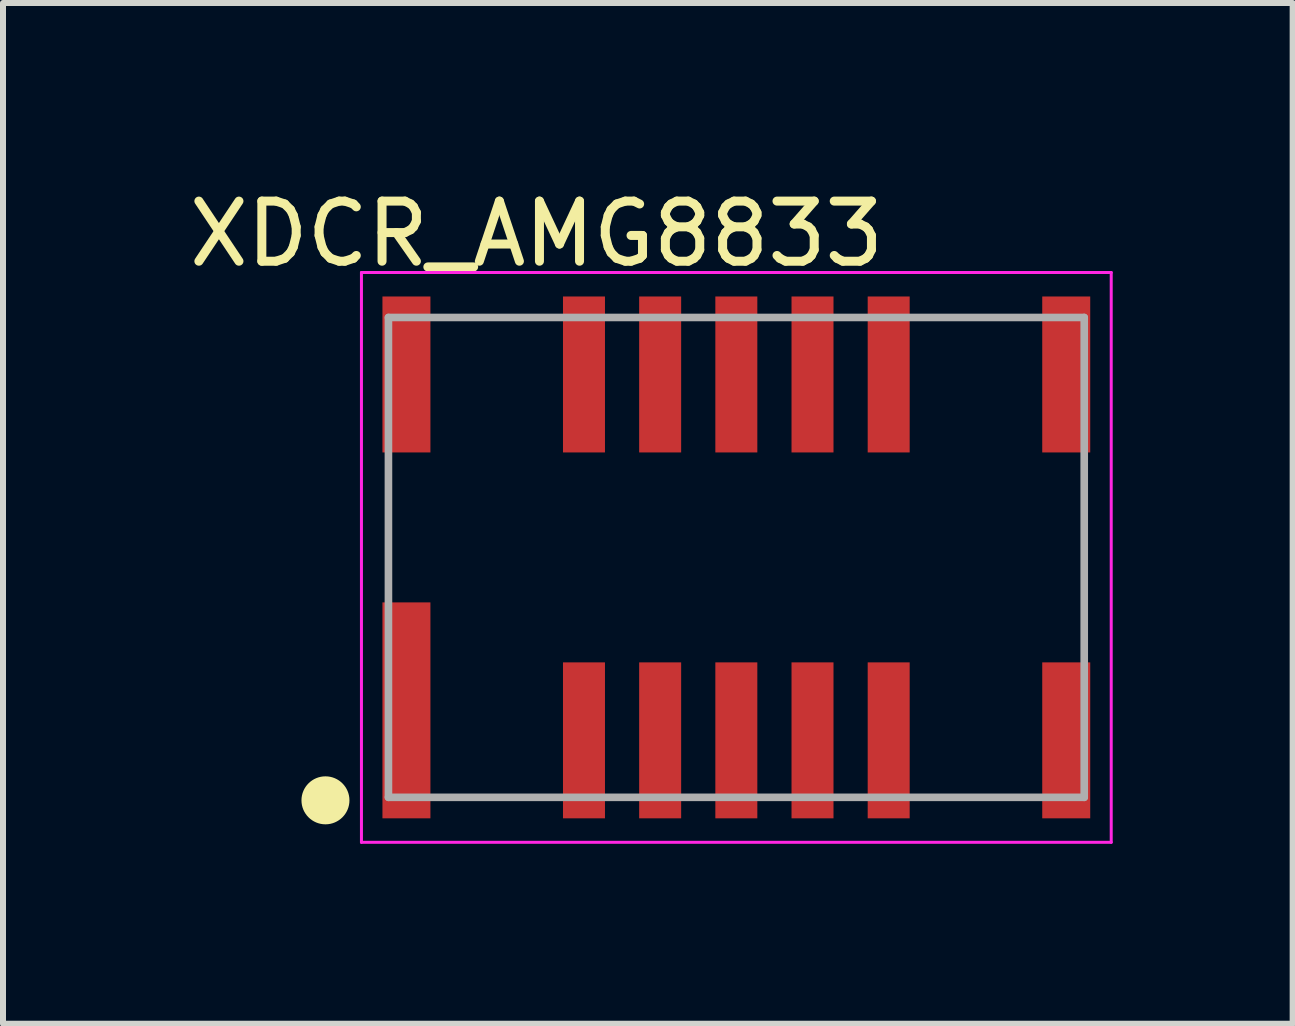
<source format=kicad_pcb>
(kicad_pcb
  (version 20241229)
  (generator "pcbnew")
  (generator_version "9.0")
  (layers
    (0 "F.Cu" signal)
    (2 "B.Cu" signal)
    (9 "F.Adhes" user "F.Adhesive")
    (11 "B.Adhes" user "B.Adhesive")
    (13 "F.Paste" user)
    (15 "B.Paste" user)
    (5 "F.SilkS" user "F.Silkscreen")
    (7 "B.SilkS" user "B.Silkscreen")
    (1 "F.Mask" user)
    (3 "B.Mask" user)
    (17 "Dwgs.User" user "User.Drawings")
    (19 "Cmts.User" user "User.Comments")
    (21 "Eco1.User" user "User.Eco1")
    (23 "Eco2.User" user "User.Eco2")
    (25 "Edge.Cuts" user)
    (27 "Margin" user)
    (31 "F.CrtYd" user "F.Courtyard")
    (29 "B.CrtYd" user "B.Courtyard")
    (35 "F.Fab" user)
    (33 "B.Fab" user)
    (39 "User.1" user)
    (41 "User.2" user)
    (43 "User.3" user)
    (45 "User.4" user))
  (footprint "XDCR_AMG8833"
    (layer "F.Cu")
    (at 9.226 6.243)
    (property "Reference" "XDCR_AMG8833" (at -3.33 -5.394 0) (layer "F.SilkS") (effects (font (size 1.002 1.002) (thickness 0.15))))
    (attr smd)
    (fp_circle (center -6.85 4.05) (end -6.45 4.05) (stroke (width 0) (type solid)) (fill yes) (layer "F.SilkS"))
    (fp_line (start -6.25 -4.75) (end -6.25 4.75) (stroke (width 0.05) (type solid)) (layer "F.CrtYd"))
    (fp_line (start -6.25 4.75) (end 6.25 4.75) (stroke (width 0.05) (type solid)) (layer "F.CrtYd"))
    (fp_line (start 6.25 -4.75) (end -6.25 -4.75) (stroke (width 0.05) (type solid)) (layer "F.CrtYd"))
    (fp_line (start 6.25 4.75) (end 6.25 -4.75) (stroke (width 0.05) (type solid)) (layer "F.CrtYd"))
    (fp_line (start -5.8 -4) (end -5.8 4) (stroke (width 0.127) (type solid)) (layer "F.Fab"))
    (fp_line (start -5.8 4) (end 5.8 4) (stroke (width 0.127) (type solid)) (layer "F.Fab"))
    (fp_line (start 5.8 -4) (end -5.8 -4) (stroke (width 0.127) (type solid)) (layer "F.Fab"))
    (fp_line (start 5.8 4) (end 5.8 -4) (stroke (width 0.127) (type solid)) (layer "F.Fab"))
    (pad "1" smd rect (at -5.5 2.55 180) (size 0.8 3.6) (layers "F.Cu" "F.Mask" "F.Paste"))
    (pad "2" smd rect (at -2.54 3.05 180) (size 0.7 2.6) (layers "F.Cu" "F.Mask" "F.Paste"))
    (pad "3" smd rect (at -1.27 3.05 180) (size 0.7 2.6) (layers "F.Cu" "F.Mask" "F.Paste"))
    (pad "4" smd rect (at 0 3.05 180) (size 0.7 2.6) (layers "F.Cu" "F.Mask" "F.Paste"))
    (pad "5" smd rect (at 1.27 3.05 180) (size 0.7 2.6) (layers "F.Cu" "F.Mask" "F.Paste"))
    (pad "6" smd rect (at 2.54 3.05 180) (size 0.7 2.6) (layers "F.Cu" "F.Mask" "F.Paste"))
    (pad "7" smd rect (at 5.5 3.05 180) (size 0.8 2.6) (layers "F.Cu" "F.Mask" "F.Paste"))
    (pad "8" smd rect (at 5.5 -3.05 180) (size 0.8 2.6) (layers "F.Cu" "F.Mask" "F.Paste"))
    (pad "9" smd rect (at 2.54 -3.05 180) (size 0.7 2.6) (layers "F.Cu" "F.Mask" "F.Paste"))
    (pad "10" smd rect (at 1.27 -3.05 180) (size 0.7 2.6) (layers "F.Cu" "F.Mask" "F.Paste"))
    (pad "11" smd rect (at 0 -3.05 180) (size 0.7 2.6) (layers "F.Cu" "F.Mask" "F.Paste"))
    (pad "12" smd rect (at -1.27 -3.05 180) (size 0.7 2.6) (layers "F.Cu" "F.Mask" "F.Paste"))
    (pad "13" smd rect (at -2.54 -3.05 180) (size 0.7 2.6) (layers "F.Cu" "F.Mask" "F.Paste"))
    (pad "14" smd rect (at -5.5 -3.05 180) (size 0.8 2.6) (layers "F.Cu" "F.Mask" "F.Paste")))
  (gr_rect
    (start -3 -3)
    (end 18.501 14.018)
    (stroke (width 0.1) (type default))
    (fill no)
    (layer "Edge.Cuts")))
</source>
